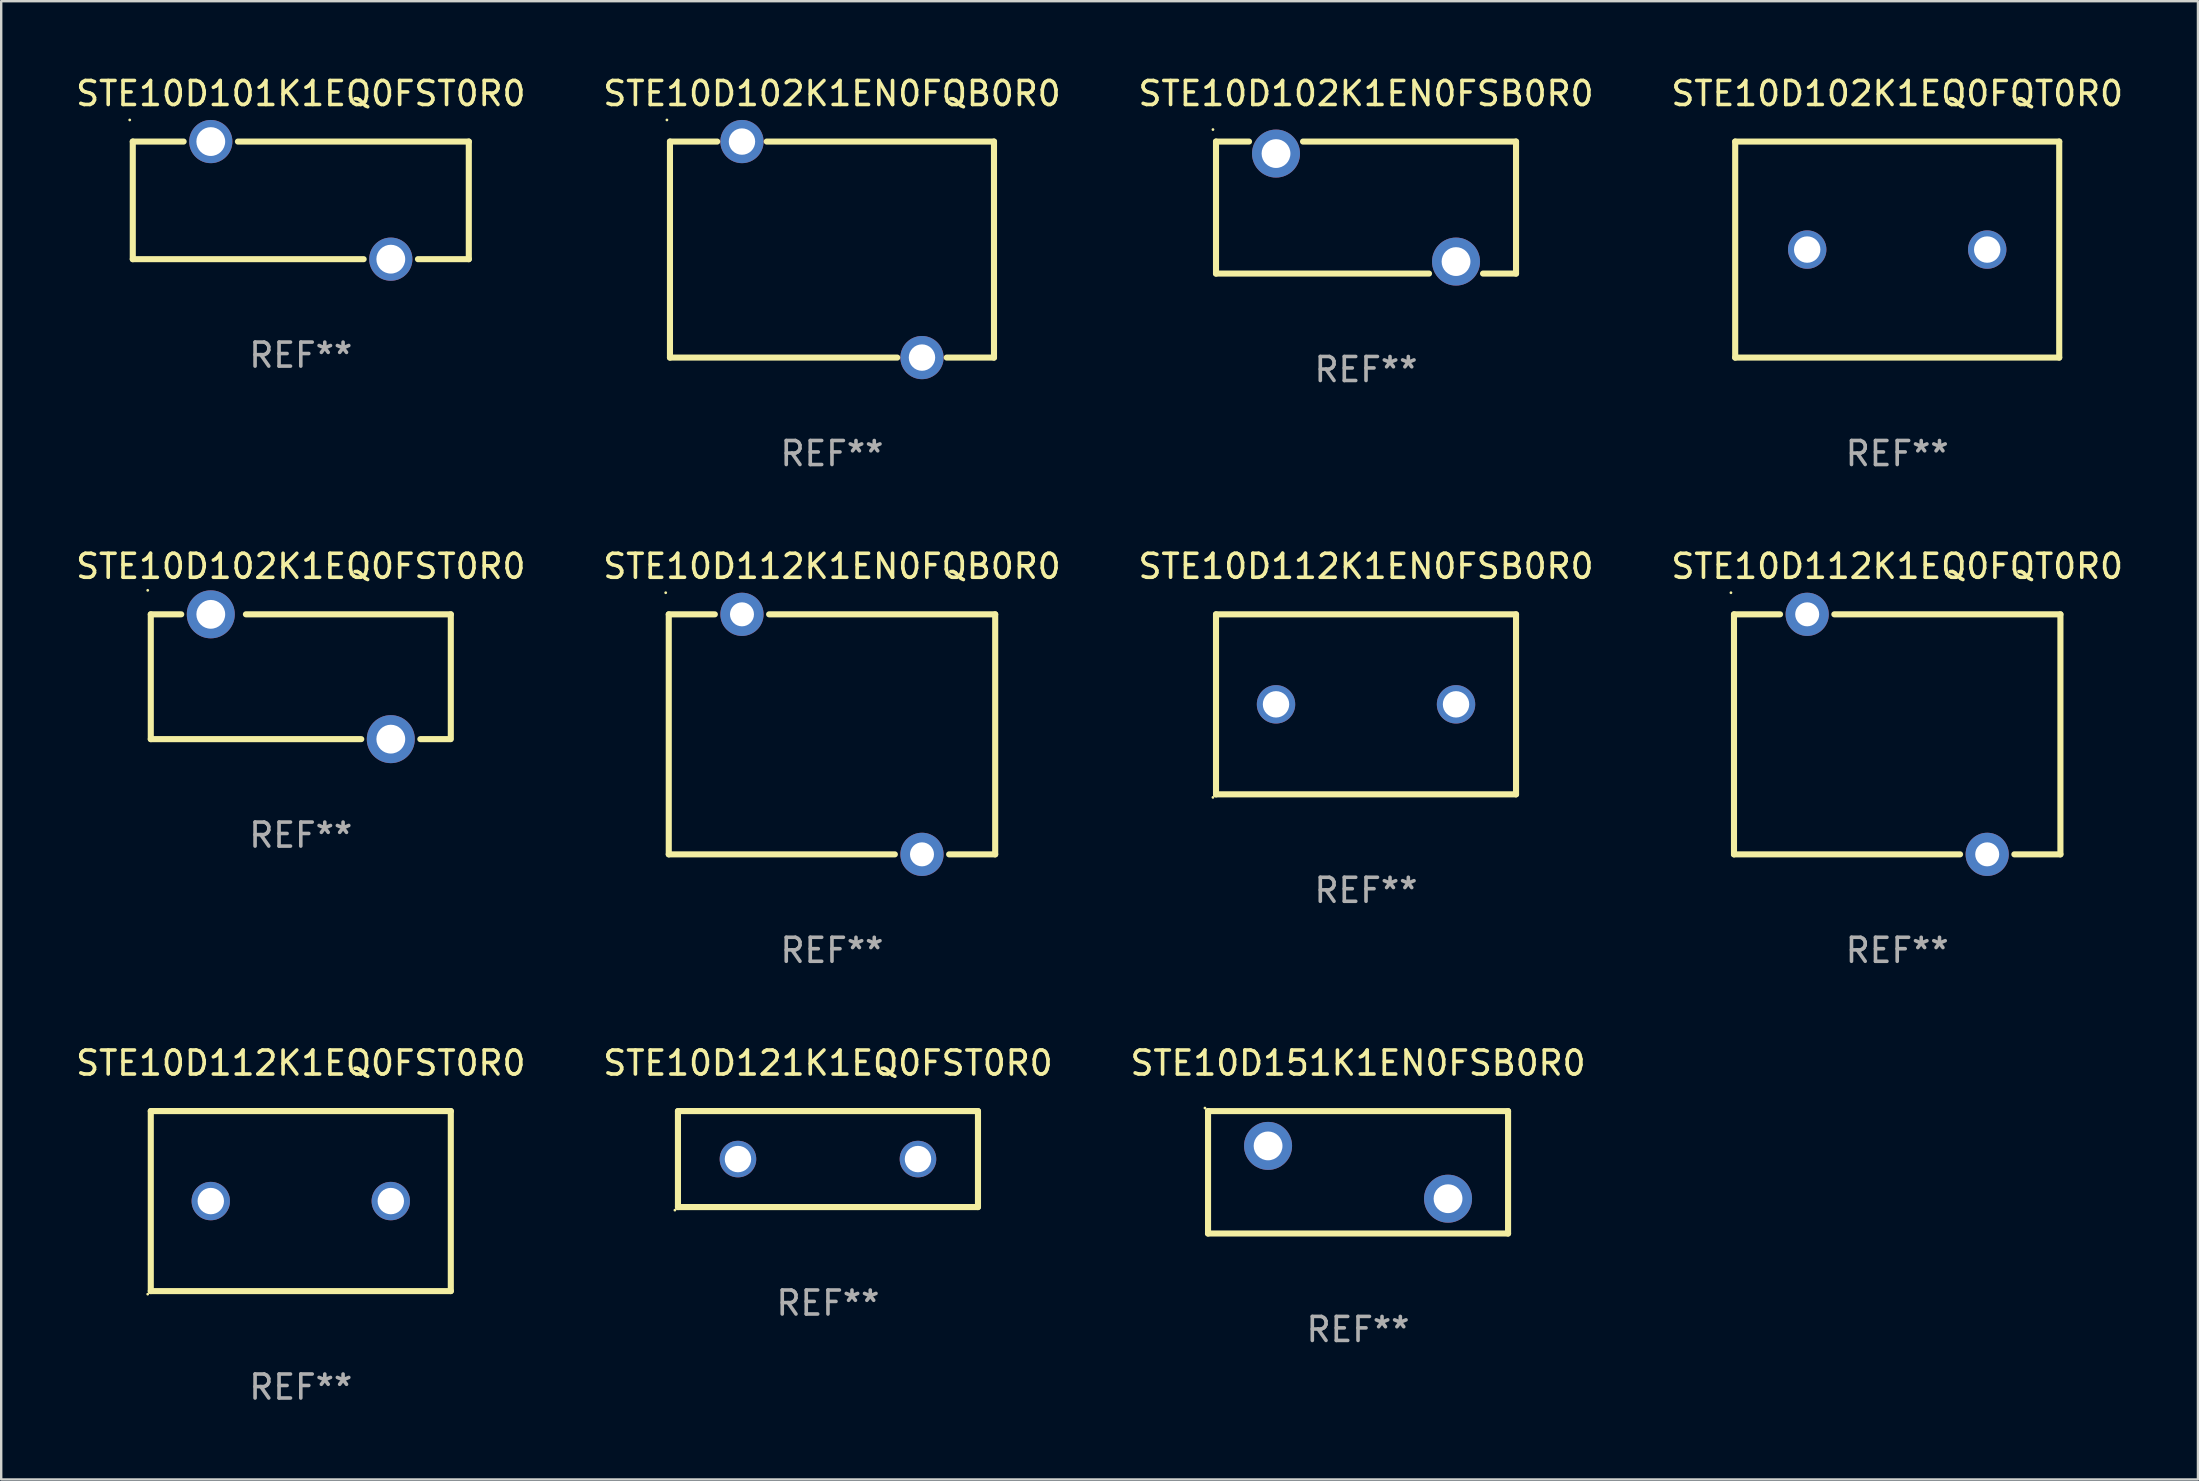
<source format=kicad_pcb>
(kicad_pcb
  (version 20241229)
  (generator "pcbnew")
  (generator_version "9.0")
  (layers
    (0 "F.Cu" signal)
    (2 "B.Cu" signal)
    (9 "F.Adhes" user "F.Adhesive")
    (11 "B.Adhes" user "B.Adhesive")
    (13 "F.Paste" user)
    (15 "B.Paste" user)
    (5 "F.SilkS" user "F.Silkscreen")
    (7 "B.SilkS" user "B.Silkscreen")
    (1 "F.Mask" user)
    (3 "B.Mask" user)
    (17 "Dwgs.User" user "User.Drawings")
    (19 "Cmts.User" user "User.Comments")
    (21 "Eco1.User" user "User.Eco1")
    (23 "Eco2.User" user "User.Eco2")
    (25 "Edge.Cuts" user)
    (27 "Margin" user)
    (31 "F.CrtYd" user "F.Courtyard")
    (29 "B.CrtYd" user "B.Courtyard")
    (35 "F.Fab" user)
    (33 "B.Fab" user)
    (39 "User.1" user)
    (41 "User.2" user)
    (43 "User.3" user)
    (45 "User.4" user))
  (footprint "STE10D102K1EQ0FST0R0"
    (layer "F.Cu")
    (at 9.482 25.145)
    (property "Reference" "STE10D102K1EQ0FST0R0" (at 0 -4.6 0) (layer "F.SilkS") (effects (font (size 1 1) (thickness 0.15))))
    (attr through_hole)
    (fp_line (start -6.25 -2.6) (end -6.25 2.6) (stroke (width 0.254) (type solid)) (layer "F.SilkS"))
    (fp_line (start -6.25 -2.6) (end -4.981 -2.6) (stroke (width 0.254) (type solid)) (layer "F.SilkS"))
    (fp_line (start -6.25 2.6) (end 2.519 2.6) (stroke (width 0.254) (type solid)) (layer "F.SilkS"))
    (fp_line (start 4.981 2.6) (end 6.223 2.6) (stroke (width 0.254) (type solid)) (layer "F.SilkS"))
    (fp_line (start 6.25 -2.6) (end -2.286 -2.6) (stroke (width 0.254) (type solid)) (layer "F.SilkS"))
    (fp_line (start 6.25 -2.6) (end 6.25 2.6) (stroke (width 0.254) (type solid)) (layer "F.SilkS"))
    (fp_circle (center -6.377 -3.6) (end -6.347 -3.6) (stroke (width 0.06) (type solid)) (fill no) (layer "F.SilkS"))
    (fp_text user "REF**" (at 0 6.6 0) (layer "F.Fab") (effects (font (size 1 1) (thickness 0.15))))
    (pad "1" thru_hole circle (at -3.75 -2.6) (size 2 2) (drill 1.2) (layers "*.Cu" "*.Mask"))
    (pad "2" thru_hole circle (at 3.75 2.6) (size 2 2) (drill 1.2) (layers "*.Cu" "*.Mask")))
  (footprint "STE10D112K1EQ0FST0R0"
    (layer "F.Cu")
    (at 9.482 46.991)
    (property "Reference" "STE10D112K1EQ0FST0R0" (at 0 -5.75 0) (layer "F.SilkS") (effects (font (size 1 1) (thickness 0.15))))
    (attr through_hole)
    (fp_line (start -6.25 -3.75) (end 6.25 -3.75) (stroke (width 0.254) (type solid)) (layer "F.SilkS"))
    (fp_line (start -6.25 3.75) (end -6.25 -3.75) (stroke (width 0.254) (type solid)) (layer "F.SilkS"))
    (fp_line (start 6.25 -3.75) (end 6.25 3.75) (stroke (width 0.254) (type solid)) (layer "F.SilkS"))
    (fp_line (start 6.25 3.75) (end -6.25 3.75) (stroke (width 0.254) (type solid)) (layer "F.SilkS"))
    (fp_circle (center -6.377 3.877) (end -6.347 3.877) (stroke (width 0.06) (type solid)) (fill no) (layer "F.SilkS"))
    (fp_text user "REF**" (at 0 7.75 0) (layer "F.Fab") (effects (font (size 1 1) (thickness 0.15))))
    (pad "1" thru_hole circle (at -3.75 0) (size 1.6 1.6) (drill 1.1) (layers "*.Cu" "*.Mask"))
    (pad "2" thru_hole circle (at 3.75 0) (size 1.6 1.6) (drill 1.1) (layers "*.Cu" "*.Mask")))
  (footprint "STE10D112K1EN0FSB0R0"
    (layer "F.Cu")
    (at 53.863 26.295)
    (property "Reference" "STE10D112K1EN0FSB0R0" (at 0 -5.75 0) (layer "F.SilkS") (effects (font (size 1 1) (thickness 0.15))))
    (attr through_hole)
    (fp_line (start -6.25 -3.75) (end 6.25 -3.75) (stroke (width 0.254) (type solid)) (layer "F.SilkS"))
    (fp_line (start -6.25 3.75) (end -6.25 -3.75) (stroke (width 0.254) (type solid)) (layer "F.SilkS"))
    (fp_line (start 6.25 -3.75) (end 6.25 3.75) (stroke (width 0.254) (type solid)) (layer "F.SilkS"))
    (fp_line (start 6.25 3.75) (end -6.25 3.75) (stroke (width 0.254) (type solid)) (layer "F.SilkS"))
    (fp_circle (center -6.377 3.877) (end -6.347 3.877) (stroke (width 0.06) (type solid)) (fill no) (layer "F.SilkS"))
    (fp_text user "REF**" (at 0 7.75 0) (layer "F.Fab") (effects (font (size 1 1) (thickness 0.15))))
    (pad "1" thru_hole circle (at -3.75 0) (size 1.6 1.6) (drill 1.1) (layers "*.Cu" "*.Mask"))
    (pad "2" thru_hole circle (at 3.75 0) (size 1.6 1.6) (drill 1.1) (layers "*.Cu" "*.Mask")))
  (footprint "STE10D102K1EQ0FQT0R0"
    (layer "F.Cu")
    (at 75.994 7.348)
    (property "Reference" "STE10D102K1EQ0FQT0R0" (at 0 -6.5 0) (layer "F.SilkS") (effects (font (size 1 1) (thickness 0.15))))
    (attr through_hole)
    (fp_line (start -6.75 -4.5) (end 6.75 -4.5) (stroke (width 0.254) (type solid)) (layer "F.SilkS"))
    (fp_line (start -6.75 4.5) (end -6.75 -4.5) (stroke (width 0.254) (type solid)) (layer "F.SilkS"))
    (fp_line (start 6.75 -4.5) (end 6.75 4.5) (stroke (width 0.254) (type solid)) (layer "F.SilkS"))
    (fp_line (start 6.75 4.5) (end -6.75 4.5) (stroke (width 0.254) (type solid)) (layer "F.SilkS"))
    (fp_circle (center -6.75 4.5) (end -6.72 4.5) (stroke (width 0.06) (type solid)) (fill no) (layer "F.SilkS"))
    (fp_text user "REF**" (at 0 8.5 0) (layer "F.Fab") (effects (font (size 1 1) (thickness 0.15))))
    (pad "1" thru_hole circle (at -3.75 0) (size 1.6 1.6) (drill 1.1) (layers "*.Cu" "*.Mask"))
    (pad "2" thru_hole circle (at 3.75 0) (size 1.6 1.6) (drill 1.1) (layers "*.Cu" "*.Mask")))
  (footprint "STE10D112K1EQ0FQT0R0"
    (layer "F.Cu")
    (at 75.994 27.545)
    (property "Reference" "STE10D112K1EQ0FQT0R0" (at 0 -7 0) (layer "F.SilkS") (effects (font (size 1 1) (thickness 0.15))))
    (attr through_hole)
    (fp_line (start -6.8 -5) (end -6.8 5) (stroke (width 0.254) (type solid)) (layer "F.SilkS"))
    (fp_line (start -6.8 -5) (end -4.881 -5) (stroke (width 0.254) (type solid)) (layer "F.SilkS"))
    (fp_line (start -6.8 5) (end 2.619 5) (stroke (width 0.254) (type solid)) (layer "F.SilkS"))
    (fp_line (start -2.619 -5) (end 6.8 -5) (stroke (width 0.254) (type solid)) (layer "F.SilkS"))
    (fp_line (start 4.881 5) (end 6.8 5) (stroke (width 0.254) (type solid)) (layer "F.SilkS"))
    (fp_line (start 6.8 -5) (end 6.8 5) (stroke (width 0.254) (type solid)) (layer "F.SilkS"))
    (fp_circle (center -6.927 -5.9) (end -6.897 -5.9) (stroke (width 0.06) (type solid)) (fill no) (layer "F.SilkS"))
    (fp_text user "REF**" (at 0 9 0) (layer "F.Fab") (effects (font (size 1 1) (thickness 0.15))))
    (pad "1" thru_hole circle (at -3.75 -5) (size 1.8 1.8) (drill 1) (layers "*.Cu" "*.Mask"))
    (pad "2" thru_hole circle (at 3.75 5) (size 1.8 1.8) (drill 1) (layers "*.Cu" "*.Mask")))
  (footprint "STE10D112K1EN0FQB0R0"
    (layer "F.Cu")
    (at 31.613 27.545)
    (property "Reference" "STE10D112K1EN0FQB0R0" (at 0 -7 0) (layer "F.SilkS") (effects (font (size 1 1) (thickness 0.15))))
    (attr through_hole)
    (fp_line (start -6.8 -5) (end -6.8 5) (stroke (width 0.254) (type solid)) (layer "F.SilkS"))
    (fp_line (start -6.8 -5) (end -4.881 -5) (stroke (width 0.254) (type solid)) (layer "F.SilkS"))
    (fp_line (start -6.8 5) (end 2.619 5) (stroke (width 0.254) (type solid)) (layer "F.SilkS"))
    (fp_line (start -2.619 -5) (end 6.8 -5) (stroke (width 0.254) (type solid)) (layer "F.SilkS"))
    (fp_line (start 4.881 5) (end 6.8 5) (stroke (width 0.254) (type solid)) (layer "F.SilkS"))
    (fp_line (start 6.8 -5) (end 6.8 5) (stroke (width 0.254) (type solid)) (layer "F.SilkS"))
    (fp_circle (center -6.927 -5.9) (end -6.897 -5.9) (stroke (width 0.06) (type solid)) (fill no) (layer "F.SilkS"))
    (fp_text user "REF**" (at 0 9 0) (layer "F.Fab") (effects (font (size 1 1) (thickness 0.15))))
    (pad "1" thru_hole circle (at -3.75 -5) (size 1.8 1.8) (drill 1) (layers "*.Cu" "*.Mask"))
    (pad "2" thru_hole circle (at 3.75 5) (size 1.8 1.8) (drill 1) (layers "*.Cu" "*.Mask")))
  (footprint "STE10D102K1EN0FQB0R0"
    (layer "F.Cu")
    (at 31.613 7.348)
    (property "Reference" "STE10D102K1EN0FQB0R0" (at 0 -6.5 0) (layer "F.SilkS") (effects (font (size 1 1) (thickness 0.15))))
    (attr through_hole)
    (fp_line (start -6.75 -4.5) (end -4.781 -4.5) (stroke (width 0.254) (type solid)) (layer "F.SilkS"))
    (fp_line (start -6.75 4.5) (end -6.75 -4.5) (stroke (width 0.254) (type solid)) (layer "F.SilkS"))
    (fp_line (start -6.75 4.5) (end 2.719 4.5) (stroke (width 0.254) (type solid)) (layer "F.SilkS"))
    (fp_line (start -2.719 -4.5) (end 6.75 -4.5) (stroke (width 0.254) (type solid)) (layer "F.SilkS"))
    (fp_line (start 4.781 4.5) (end 6.75 4.5) (stroke (width 0.254) (type solid)) (layer "F.SilkS"))
    (fp_line (start 6.75 -4.5) (end 6.75 4.5) (stroke (width 0.254) (type solid)) (layer "F.SilkS"))
    (fp_circle (center -6.877 -5.4) (end -6.847 -5.4) (stroke (width 0.06) (type solid)) (fill no) (layer "F.SilkS"))
    (fp_text user "REF**" (at 0 8.5 0) (layer "F.Fab") (effects (font (size 1 1) (thickness 0.15))))
    (pad "1" thru_hole circle (at -3.75 -4.5) (size 1.8 1.8) (drill 1.1) (layers "*.Cu" "*.Mask"))
    (pad "2" thru_hole circle (at 3.75 4.5) (size 1.8 1.8) (drill 1.1) (layers "*.Cu" "*.Mask")))
  (footprint "STE10D121K1EQ0FST0R0"
    (layer "F.Cu")
    (at 31.446 45.241)
    (property "Reference" "STE10D121K1EQ0FST0R0" (at 0 -4 0) (layer "F.SilkS") (effects (font (size 1 1) (thickness 0.15))))
    (attr through_hole)
    (fp_line (start -6.25 -2) (end 6.25 -2) (stroke (width 0.254) (type solid)) (layer "F.SilkS"))
    (fp_line (start -6.25 2) (end -6.25 -2) (stroke (width 0.254) (type solid)) (layer "F.SilkS"))
    (fp_line (start 6.25 -2) (end 6.25 2) (stroke (width 0.254) (type solid)) (layer "F.SilkS"))
    (fp_line (start 6.25 2) (end -6.25 2) (stroke (width 0.254) (type solid)) (layer "F.SilkS"))
    (fp_circle (center -6.377 2.127) (end -6.347 2.127) (stroke (width 0.06) (type solid)) (fill no) (layer "F.SilkS"))
    (fp_text user "REF**" (at 0 6 0) (layer "F.Fab") (effects (font (size 1 1) (thickness 0.15))))
    (pad "1" thru_hole circle (at -3.75 0) (size 1.524 1.524) (drill 1.1) (layers "*.Cu" "*.Mask"))
    (pad "2" thru_hole circle (at 3.75 0) (size 1.524 1.524) (drill 1.1) (layers "*.Cu" "*.Mask")))
  (footprint "STE10D151K1EN0FSB0R0"
    (layer "F.Cu")
    (at 53.53 45.792)
    (property "Reference" "STE10D151K1EN0FSB0R0" (at 0 -4.55 0) (layer "F.SilkS") (effects (font (size 1 1) (thickness 0.15))))
    (attr through_hole)
    (fp_line (start -6.249 -2.55) (end 6.251 -2.55) (stroke (width 0.254) (type solid)) (layer "F.SilkS"))
    (fp_line (start -6.249 2.55) (end -6.249 -2.55) (stroke (width 0.254) (type solid)) (layer "F.SilkS"))
    (fp_line (start 6.251 -2.55) (end 6.251 2.55) (stroke (width 0.254) (type solid)) (layer "F.SilkS"))
    (fp_line (start 6.251 2.55) (end -6.251 2.55) (stroke (width 0.254) (type solid)) (layer "F.SilkS"))
    (fp_circle (center -6.378 -2.677) (end -6.348 -2.677) (stroke (width 0.06) (type solid)) (fill no) (layer "F.SilkS"))
    (fp_text user "REF**" (at 0 6.55 0) (layer "F.Fab") (effects (font (size 1 1) (thickness 0.15))))
    (pad "1" thru_hole circle (at -3.748 -1.1) (size 2 2) (drill 1.2) (layers "*.Cu" "*.Mask"))
    (pad "2" thru_hole circle (at 3.75 1.1) (size 2 2) (drill 1.2) (layers "*.Cu" "*.Mask")))
  (footprint "STE10D101K1EQ0FST0R0"
    (layer "F.Cu")
    (at 9.482 5.298)
    (property "Reference" "STE10D101K1EQ0FST0R0" (at 0 -4.45 0) (layer "F.SilkS") (effects (font (size 1 1) (thickness 0.15))))
    (attr through_hole)
    (fp_line (start -7 -2.45) (end -4.881 -2.45) (stroke (width 0.254) (type solid)) (layer "F.SilkS"))
    (fp_line (start -7 2.45) (end -7 -2.45) (stroke (width 0.254) (type solid)) (layer "F.SilkS"))
    (fp_line (start -7 2.45) (end 2.619 2.45) (stroke (width 0.254) (type solid)) (layer "F.SilkS"))
    (fp_line (start -2.619 -2.45) (end 7 -2.45) (stroke (width 0.254) (type solid)) (layer "F.SilkS"))
    (fp_line (start 4.881 2.45) (end 7 2.45) (stroke (width 0.254) (type solid)) (layer "F.SilkS"))
    (fp_line (start 7 -2.45) (end 7 2.45) (stroke (width 0.254) (type solid)) (layer "F.SilkS"))
    (fp_circle (center -7.127 -3.35) (end -7.097 -3.35) (stroke (width 0.06) (type solid)) (fill no) (layer "F.SilkS"))
    (fp_text user "REF**" (at 0 6.45 0) (layer "F.Fab") (effects (font (size 1 1) (thickness 0.15))))
    (pad "1" thru_hole circle (at -3.75 -2.45) (size 1.8 1.8) (drill 1.2) (layers "*.Cu" "*.Mask"))
    (pad "2" thru_hole circle (at 3.75 2.45) (size 1.8 1.8) (drill 1.2) (layers "*.Cu" "*.Mask")))
  (footprint "STE10D102K1EN0FSB0R0"
    (layer "F.Cu")
    (at 53.863 5.598)
    (property "Reference" "STE10D102K1EN0FSB0R0" (at 0 -4.75 0) (layer "F.SilkS") (effects (font (size 1 1) (thickness 0.15))))
    (attr through_hole)
    (fp_line (start -6.25 -2.75) (end -4.875 -2.75) (stroke (width 0.254) (type solid)) (layer "F.SilkS"))
    (fp_line (start -6.25 2.75) (end -6.25 -2.75) (stroke (width 0.254) (type solid)) (layer "F.SilkS"))
    (fp_line (start -6.25 2.75) (end 2.625 2.75) (stroke (width 0.254) (type solid)) (layer "F.SilkS"))
    (fp_line (start -2.625 -2.75) (end 6.25 -2.75) (stroke (width 0.254) (type solid)) (layer "F.SilkS"))
    (fp_line (start 4.875 2.75) (end 6.25 2.75) (stroke (width 0.254) (type solid)) (layer "F.SilkS"))
    (fp_line (start 6.25 -2.75) (end 6.25 2.75) (stroke (width 0.254) (type solid)) (layer "F.SilkS"))
    (fp_circle (center -6.377 -3.25) (end -6.347 -3.25) (stroke (width 0.06) (type solid)) (fill no) (layer "F.SilkS"))
    (fp_text user "REF**" (at 0 6.75 0) (layer "F.Fab") (effects (font (size 1 1) (thickness 0.15))))
    (pad "1" thru_hole circle (at -3.75 -2.25) (size 2 2) (drill 1.2) (layers "*.Cu" "*.Mask"))
    (pad "2" thru_hole circle (at 3.75 2.25) (size 2 2) (drill 1.2) (layers "*.Cu" "*.Mask")))
  (gr_rect
    (start -3 -3)
    (end 88.524 58.59)
    (stroke (width 0.1) (type default))
    (fill no)
    (layer "Edge.Cuts")))
</source>
